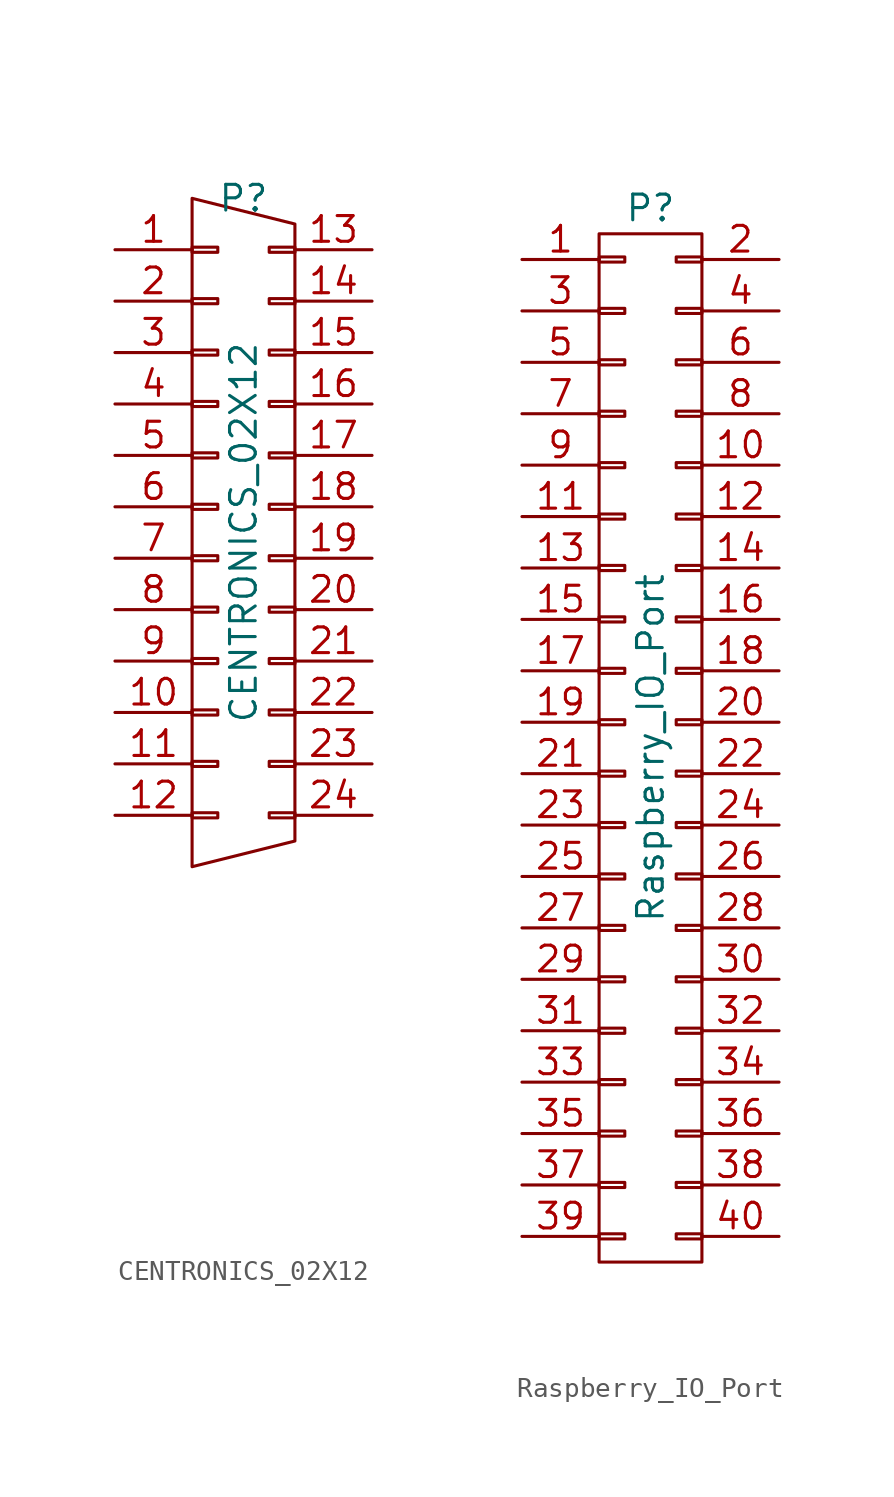
<source format=kicad_sym>
(kicad_symbol_lib
  (version 20220914)
  (generator kicad_symbol_editor)
  (symbol "CENTRONICS_02X12"
    (pin_names
      (offset 0.025) hide)
    (property "Reference" "P"
      (at 0 16.51 0)
      (effects (font (size 1.27 1.27))))
    (property "Value" "CENTRONICS_02X12"
      (at 0 0 90)
      (effects (font (size 1.27 1.27))))
    (property "Footprint" ""
      (at 0 -30.48 0)
      (effects (font (size 1.27 1.27))))
    (property "Datasheet" ""
      (at 0 -30.48 0)
      (effects (font (size 1.27 1.27))))
    (symbol "CENTRONICS_02X12_0_1"
      (rectangle (start -2.54 -13.843) (end -1.27 -14.097) (stroke (width 0) (type solid)) (fill (type none)))
      (rectangle (start -2.54 -11.303) (end -1.27 -11.557) (stroke (width 0) (type solid)) (fill (type none)))
      (rectangle (start -2.54 -8.763) (end -1.27 -9.017) (stroke (width 0) (type solid)) (fill (type none)))
      (rectangle (start -2.54 -6.223) (end -1.27 -6.477) (stroke (width 0) (type solid)) (fill (type none)))
      (rectangle (start -2.54 -3.683) (end -1.27 -3.937) (stroke (width 0) (type solid)) (fill (type none)))
      (rectangle (start -2.54 -1.143) (end -1.27 -1.397) (stroke (width 0) (type solid)) (fill (type none)))
      (rectangle (start -2.54 1.397) (end -1.27 1.143) (stroke (width 0) (type solid)) (fill (type none)))
      (rectangle (start -2.54 3.937) (end -1.27 3.683) (stroke (width 0) (type solid)) (fill (type none)))
      (rectangle (start -2.54 6.477) (end -1.27 6.223) (stroke (width 0) (type solid)) (fill (type none)))
      (rectangle (start -2.54 9.017) (end -1.27 8.763) (stroke (width 0) (type solid)) (fill (type none)))
      (rectangle (start -2.54 11.557) (end -1.27 11.303) (stroke (width 0) (type solid)) (fill (type none)))
      (rectangle (start -2.54 14.097) (end -1.27 13.843) (stroke (width 0) (type solid)) (fill (type none)))
      (polyline (pts (xy -2.54 16.51) (xy -2.54 -16.51) (xy 2.54 -15.24) (xy 2.54 15.24) (xy -2.54 16.51)) (stroke (width 0) (type solid)) (fill (type none)))
      (rectangle (start 1.27 -13.843) (end 2.54 -14.097) (stroke (width 0) (type solid)) (fill (type none)))
      (rectangle (start 1.27 -11.303) (end 2.54 -11.557) (stroke (width 0) (type solid)) (fill (type none)))
      (rectangle (start 1.27 -8.763) (end 2.54 -9.017) (stroke (width 0) (type solid)) (fill (type none)))
      (rectangle (start 1.27 -6.223) (end 2.54 -6.477) (stroke (width 0) (type solid)) (fill (type none)))
      (rectangle (start 1.27 -3.683) (end 2.54 -3.937) (stroke (width 0) (type solid)) (fill (type none)))
      (rectangle (start 1.27 -1.143) (end 2.54 -1.397) (stroke (width 0) (type solid)) (fill (type none)))
      (rectangle (start 1.27 1.397) (end 2.54 1.143) (stroke (width 0) (type solid)) (fill (type none)))
      (rectangle (start 1.27 3.937) (end 2.54 3.683) (stroke (width 0) (type solid)) (fill (type none)))
      (rectangle (start 1.27 6.477) (end 2.54 6.223) (stroke (width 0) (type solid)) (fill (type none)))
      (rectangle (start 1.27 9.017) (end 2.54 8.763) (stroke (width 0) (type solid)) (fill (type none)))
      (rectangle (start 1.27 11.557) (end 2.54 11.303) (stroke (width 0) (type solid)) (fill (type none)))
      (rectangle (start 1.27 14.097) (end 2.54 13.843) (stroke (width 0) (type solid)) (fill (type none))))
    (symbol "CENTRONICS_02X12_1_1"
      (pin passive line (at -6.35 13.97 0) (length 3.81) (name "P1" (effects (font (size 1.27 1.27)))) (number "1" (effects (font (size 1.27 1.27)))))
      (pin passive line (at -6.35 -8.89 0) (length 3.81) (name "P10" (effects (font (size 1.27 1.27)))) (number "10" (effects (font (size 1.27 1.27)))))
      (pin passive line (at -6.35 -11.43 0) (length 3.81) (name "P11" (effects (font (size 1.27 1.27)))) (number "11" (effects (font (size 1.27 1.27)))))
      (pin passive line (at -6.35 -13.97 0) (length 3.81) (name "P12" (effects (font (size 1.27 1.27)))) (number "12" (effects (font (size 1.27 1.27)))))
      (pin passive line (at 6.35 13.97 180) (length 3.81) (name "P13" (effects (font (size 1.27 1.27)))) (number "13" (effects (font (size 1.27 1.27)))))
      (pin passive line (at 6.35 11.43 180) (length 3.81) (name "P14" (effects (font (size 1.27 1.27)))) (number "14" (effects (font (size 1.27 1.27)))))
      (pin passive line (at 6.35 8.89 180) (length 3.81) (name "P15" (effects (font (size 1.27 1.27)))) (number "15" (effects (font (size 1.27 1.27)))))
      (pin passive line (at 6.35 6.35 180) (length 3.81) (name "P16" (effects (font (size 1.27 1.27)))) (number "16" (effects (font (size 1.27 1.27)))))
      (pin passive line (at 6.35 3.81 180) (length 3.81) (name "P17" (effects (font (size 1.27 1.27)))) (number "17" (effects (font (size 1.27 1.27)))))
      (pin passive line (at 6.35 1.27 180) (length 3.81) (name "P18" (effects (font (size 1.27 1.27)))) (number "18" (effects (font (size 1.27 1.27)))))
      (pin passive line (at 6.35 -1.27 180) (length 3.81) (name "P19" (effects (font (size 1.27 1.27)))) (number "19" (effects (font (size 1.27 1.27)))))
      (pin passive line (at -6.35 11.43 0) (length 3.81) (name "P2" (effects (font (size 1.27 1.27)))) (number "2" (effects (font (size 1.27 1.27)))))
      (pin passive line (at 6.35 -3.81 180) (length 3.81) (name "P20" (effects (font (size 1.27 1.27)))) (number "20" (effects (font (size 1.27 1.27)))))
      (pin passive line (at 6.35 -6.35 180) (length 3.81) (name "P21" (effects (font (size 1.27 1.27)))) (number "21" (effects (font (size 1.27 1.27)))))
      (pin passive line (at 6.35 -8.89 180) (length 3.81) (name "P22" (effects (font (size 1.27 1.27)))) (number "22" (effects (font (size 1.27 1.27)))))
      (pin passive line (at 6.35 -11.43 180) (length 3.81) (name "P23" (effects (font (size 1.27 1.27)))) (number "23" (effects (font (size 1.27 1.27)))))
      (pin passive line (at 6.35 -13.97 180) (length 3.81) (name "P24" (effects (font (size 1.27 1.27)))) (number "24" (effects (font (size 1.27 1.27)))))
      (pin passive line (at -6.35 8.89 0) (length 3.81) (name "P3" (effects (font (size 1.27 1.27)))) (number "3" (effects (font (size 1.27 1.27)))))
      (pin passive line (at -6.35 6.35 0) (length 3.81) (name "P4" (effects (font (size 1.27 1.27)))) (number "4" (effects (font (size 1.27 1.27)))))
      (pin passive line (at -6.35 3.81 0) (length 3.81) (name "P5" (effects (font (size 1.27 1.27)))) (number "5" (effects (font (size 1.27 1.27)))))
      (pin passive line (at -6.35 1.27 0) (length 3.81) (name "P6" (effects (font (size 1.27 1.27)))) (number "6" (effects (font (size 1.27 1.27)))))
      (pin passive line (at -6.35 -1.27 0) (length 3.81) (name "P7" (effects (font (size 1.27 1.27)))) (number "7" (effects (font (size 1.27 1.27)))))
      (pin passive line (at -6.35 -3.81 0) (length 3.81) (name "P8" (effects (font (size 1.27 1.27)))) (number "8" (effects (font (size 1.27 1.27)))))
      (pin passive line (at -6.35 -6.35 0) (length 3.81) (name "P9" (effects (font (size 1.27 1.27)))) (number "9" (effects (font (size 1.27 1.27)))))))
  (symbol "Raspberry_IO_Port"
    (pin_names
      (offset 0.025) hide)
    (property "Reference" "P"
      (at 0 26.67 0)
      (effects (font (size 1.27 1.27))))
    (property "Value" "Raspberry_IO_Port"
      (at 0 0 90)
      (effects (font (size 1.27 1.27))))
    (property "Footprint" ""
      (at 0 -24.13 0)
      (effects (font (size 1.27 1.27))))
    (property "Datasheet" ""
      (at 0 -24.13 0)
      (effects (font (size 1.27 1.27))))
    (symbol "Raspberry_IO_Port_0_1"
      (rectangle (start -2.54 -24.003) (end -1.27 -24.257) (stroke (width 0) (type solid)) (fill (type none)))
      (rectangle (start -2.54 -21.463) (end -1.27 -21.717) (stroke (width 0) (type solid)) (fill (type none)))
      (rectangle (start -2.54 -18.923) (end -1.27 -19.177) (stroke (width 0) (type solid)) (fill (type none)))
      (rectangle (start -2.54 -16.383) (end -1.27 -16.637) (stroke (width 0) (type solid)) (fill (type none)))
      (rectangle (start -2.54 -13.843) (end -1.27 -14.097) (stroke (width 0) (type solid)) (fill (type none)))
      (rectangle (start -2.54 -11.303) (end -1.27 -11.557) (stroke (width 0) (type solid)) (fill (type none)))
      (rectangle (start -2.54 -8.763) (end -1.27 -9.017) (stroke (width 0) (type solid)) (fill (type none)))
      (rectangle (start -2.54 -6.223) (end -1.27 -6.477) (stroke (width 0) (type solid)) (fill (type none)))
      (rectangle (start -2.54 -3.683) (end -1.27 -3.937) (stroke (width 0) (type solid)) (fill (type none)))
      (rectangle (start -2.54 -1.143) (end -1.27 -1.397) (stroke (width 0) (type solid)) (fill (type none)))
      (rectangle (start -2.54 1.397) (end -1.27 1.143) (stroke (width 0) (type solid)) (fill (type none)))
      (rectangle (start -2.54 3.937) (end -1.27 3.683) (stroke (width 0) (type solid)) (fill (type none)))
      (rectangle (start -2.54 6.477) (end -1.27 6.223) (stroke (width 0) (type solid)) (fill (type none)))
      (rectangle (start -2.54 9.017) (end -1.27 8.763) (stroke (width 0) (type solid)) (fill (type none)))
      (rectangle (start -2.54 11.557) (end -1.27 11.303) (stroke (width 0) (type solid)) (fill (type none)))
      (rectangle (start -2.54 14.097) (end -1.27 13.843) (stroke (width 0) (type solid)) (fill (type none)))
      (rectangle (start -2.54 16.637) (end -1.27 16.383) (stroke (width 0) (type solid)) (fill (type none)))
      (rectangle (start -2.54 19.177) (end -1.27 18.923) (stroke (width 0) (type solid)) (fill (type none)))
      (rectangle (start -2.54 21.717) (end -1.27 21.463) (stroke (width 0) (type solid)) (fill (type none)))
      (rectangle (start -2.54 24.257) (end -1.27 24.003) (stroke (width 0) (type solid)) (fill (type none)))
      (rectangle (start -2.54 25.4) (end 2.54 -25.4) (stroke (width 0) (type solid)) (fill (type none)))
      (rectangle (start 1.27 -24.003) (end 2.54 -24.257) (stroke (width 0) (type solid)) (fill (type none)))
      (rectangle (start 1.27 -21.463) (end 2.54 -21.717) (stroke (width 0) (type solid)) (fill (type none)))
      (rectangle (start 1.27 -18.923) (end 2.54 -19.177) (stroke (width 0) (type solid)) (fill (type none)))
      (rectangle (start 1.27 -16.383) (end 2.54 -16.637) (stroke (width 0) (type solid)) (fill (type none)))
      (rectangle (start 1.27 -13.843) (end 2.54 -14.097) (stroke (width 0) (type solid)) (fill (type none)))
      (rectangle (start 1.27 -11.303) (end 2.54 -11.557) (stroke (width 0) (type solid)) (fill (type none)))
      (rectangle (start 1.27 -8.763) (end 2.54 -9.017) (stroke (width 0) (type solid)) (fill (type none)))
      (rectangle (start 1.27 -6.223) (end 2.54 -6.477) (stroke (width 0) (type solid)) (fill (type none)))
      (rectangle (start 1.27 -3.683) (end 2.54 -3.937) (stroke (width 0) (type solid)) (fill (type none)))
      (rectangle (start 1.27 -1.143) (end 2.54 -1.397) (stroke (width 0) (type solid)) (fill (type none)))
      (rectangle (start 1.27 1.397) (end 2.54 1.143) (stroke (width 0) (type solid)) (fill (type none)))
      (rectangle (start 1.27 3.937) (end 2.54 3.683) (stroke (width 0) (type solid)) (fill (type none)))
      (rectangle (start 1.27 6.477) (end 2.54 6.223) (stroke (width 0) (type solid)) (fill (type none)))
      (rectangle (start 1.27 9.017) (end 2.54 8.763) (stroke (width 0) (type solid)) (fill (type none)))
      (rectangle (start 1.27 11.557) (end 2.54 11.303) (stroke (width 0) (type solid)) (fill (type none)))
      (rectangle (start 1.27 14.097) (end 2.54 13.843) (stroke (width 0) (type solid)) (fill (type none)))
      (rectangle (start 1.27 16.637) (end 2.54 16.383) (stroke (width 0) (type solid)) (fill (type none)))
      (rectangle (start 1.27 19.177) (end 2.54 18.923) (stroke (width 0) (type solid)) (fill (type none)))
      (rectangle (start 1.27 21.717) (end 2.54 21.463) (stroke (width 0) (type solid)) (fill (type none)))
      (rectangle (start 1.27 24.257) (end 2.54 24.003) (stroke (width 0) (type solid)) (fill (type none))))
    (symbol "Raspberry_IO_Port_1_1"
      (pin power_out line (at -6.35 24.13 0) (length 3.81) (name "3V3" (effects (font (size 1.27 1.27)))) (number "1" (effects (font (size 1.27 1.27)))))
      (pin passive line (at 6.35 13.97 180) (length 3.81) (name "GPIO15" (effects (font (size 1.27 1.27)))) (number "10" (effects (font (size 1.27 1.27)))))
      (pin bidirectional line (at -6.35 11.43 0) (length 3.81) (name "GPIO17" (effects (font (size 1.27 1.27)))) (number "11" (effects (font (size 1.27 1.27)))))
      (pin passive line (at 6.35 11.43 180) (length 3.81) (name "GPIO18" (effects (font (size 1.27 1.27)))) (number "12" (effects (font (size 1.27 1.27)))))
      (pin bidirectional line (at -6.35 8.89 0) (length 3.81) (name "GPIO27" (effects (font (size 1.27 1.27)))) (number "13" (effects (font (size 1.27 1.27)))))
      (pin passive line (at 6.35 8.89 180) (length 3.81) (name "GND" (effects (font (size 1.27 1.27)))) (number "14" (effects (font (size 1.27 1.27)))))
      (pin passive line (at -6.35 6.35 0) (length 3.81) (name "GPIO22" (effects (font (size 1.27 1.27)))) (number "15" (effects (font (size 1.27 1.27)))))
      (pin passive line (at 6.35 6.35 180) (length 3.81) (name "GPIO23" (effects (font (size 1.27 1.27)))) (number "16" (effects (font (size 1.27 1.27)))))
      (pin passive line (at -6.35 3.81 0) (length 3.81) (name "P17" (effects (font (size 1.27 1.27)))) (number "17" (effects (font (size 1.27 1.27)))))
      (pin passive line (at 6.35 3.81 180) (length 3.81) (name "GPIO24" (effects (font (size 1.27 1.27)))) (number "18" (effects (font (size 1.27 1.27)))))
      (pin passive line (at -6.35 1.27 0) (length 3.81) (name "GPIO09" (effects (font (size 1.27 1.27)))) (number "19" (effects (font (size 1.27 1.27)))))
      (pin passive line (at 6.35 24.13 180) (length 3.81) (name "5V" (effects (font (size 1.27 1.27)))) (number "2" (effects (font (size 1.27 1.27)))))
      (pin passive line (at 6.35 1.27 180) (length 3.81) (name "GND" (effects (font (size 1.27 1.27)))) (number "20" (effects (font (size 1.27 1.27)))))
      (pin passive line (at -6.35 -1.27 0) (length 3.81) (name "GPIO10" (effects (font (size 1.27 1.27)))) (number "21" (effects (font (size 1.27 1.27)))))
      (pin passive line (at 6.35 -1.27 180) (length 3.81) (name "GPIO25" (effects (font (size 1.27 1.27)))) (number "22" (effects (font (size 1.27 1.27)))))
      (pin passive line (at -6.35 -3.81 0) (length 3.81) (name "GPIO11" (effects (font (size 1.27 1.27)))) (number "23" (effects (font (size 1.27 1.27)))))
      (pin passive line (at 6.35 -3.81 180) (length 3.81) (name "GPIO08" (effects (font (size 1.27 1.27)))) (number "24" (effects (font (size 1.27 1.27)))))
      (pin passive line (at -6.35 -6.35 0) (length 3.81) (name "GND" (effects (font (size 1.27 1.27)))) (number "25" (effects (font (size 1.27 1.27)))))
      (pin passive line (at 6.35 -6.35 180) (length 3.81) (name "GPIO07" (effects (font (size 1.27 1.27)))) (number "26" (effects (font (size 1.27 1.27)))))
      (pin passive line (at -6.35 -8.89 0) (length 3.81) (name "ID_SD" (effects (font (size 1.27 1.27)))) (number "27" (effects (font (size 1.27 1.27)))))
      (pin passive line (at 6.35 -8.89 180) (length 3.81) (name "ID_SC" (effects (font (size 1.27 1.27)))) (number "28" (effects (font (size 1.27 1.27)))))
      (pin passive line (at -6.35 -11.43 0) (length 3.81) (name "GPIO05" (effects (font (size 1.27 1.27)))) (number "29" (effects (font (size 1.27 1.27)))))
      (pin bidirectional line (at -6.35 21.59 0) (length 3.81) (name "GPIO2" (effects (font (size 1.27 1.27)))) (number "3" (effects (font (size 1.27 1.27)))))
      (pin passive line (at 6.35 -11.43 180) (length 3.81) (name "GND" (effects (font (size 1.27 1.27)))) (number "30" (effects (font (size 1.27 1.27)))))
      (pin passive line (at -6.35 -13.97 0) (length 3.81) (name "GPIO06" (effects (font (size 1.27 1.27)))) (number "31" (effects (font (size 1.27 1.27)))))
      (pin passive line (at 6.35 -13.97 180) (length 3.81) (name "GPIO12" (effects (font (size 1.27 1.27)))) (number "32" (effects (font (size 1.27 1.27)))))
      (pin passive line (at -6.35 -16.51 0) (length 3.81) (name "GPIO13" (effects (font (size 1.27 1.27)))) (number "33" (effects (font (size 1.27 1.27)))))
      (pin passive line (at 6.35 -16.51 180) (length 3.81) (name "GND" (effects (font (size 1.27 1.27)))) (number "34" (effects (font (size 1.27 1.27)))))
      (pin passive line (at -6.35 -19.05 0) (length 3.81) (name "GPIO19" (effects (font (size 1.27 1.27)))) (number "35" (effects (font (size 1.27 1.27)))))
      (pin passive line (at 6.35 -19.05 180) (length 3.81) (name "GPIO16" (effects (font (size 1.27 1.27)))) (number "36" (effects (font (size 1.27 1.27)))))
      (pin passive line (at -6.35 -21.59 0) (length 3.81) (name "GPIO26" (effects (font (size 1.27 1.27)))) (number "37" (effects (font (size 1.27 1.27)))))
      (pin passive line (at 6.35 -21.59 180) (length 3.81) (name "GPIO20" (effects (font (size 1.27 1.27)))) (number "38" (effects (font (size 1.27 1.27)))))
      (pin power_out line (at -6.35 -24.13 0) (length 3.81) (name "GND" (effects (font (size 1.27 1.27)))) (number "39" (effects (font (size 1.27 1.27)))))
      (pin power_out line (at 6.35 21.59 180) (length 3.81) (name "5V" (effects (font (size 1.27 1.27)))) (number "4" (effects (font (size 1.27 1.27)))))
      (pin passive line (at 6.35 -24.13 180) (length 3.81) (name "GPIO21" (effects (font (size 1.27 1.27)))) (number "40" (effects (font (size 1.27 1.27)))))
      (pin bidirectional line (at -6.35 19.05 0) (length 3.81) (name "GPIO3" (effects (font (size 1.27 1.27)))) (number "5" (effects (font (size 1.27 1.27)))))
      (pin passive line (at 6.35 19.05 180) (length 3.81) (name "GND" (effects (font (size 1.27 1.27)))) (number "6" (effects (font (size 1.27 1.27)))))
      (pin bidirectional line (at -6.35 16.51 0) (length 3.81) (name "GPIO4" (effects (font (size 1.27 1.27)))) (number "7" (effects (font (size 1.27 1.27)))))
      (pin passive line (at 6.35 16.51 180) (length 3.81) (name "GPIO14" (effects (font (size 1.27 1.27)))) (number "8" (effects (font (size 1.27 1.27)))))
      (pin passive line (at -6.35 13.97 0) (length 3.81) (name "GND" (effects (font (size 1.27 1.27)))) (number "9" (effects (font (size 1.27 1.27))))))))
</source>
